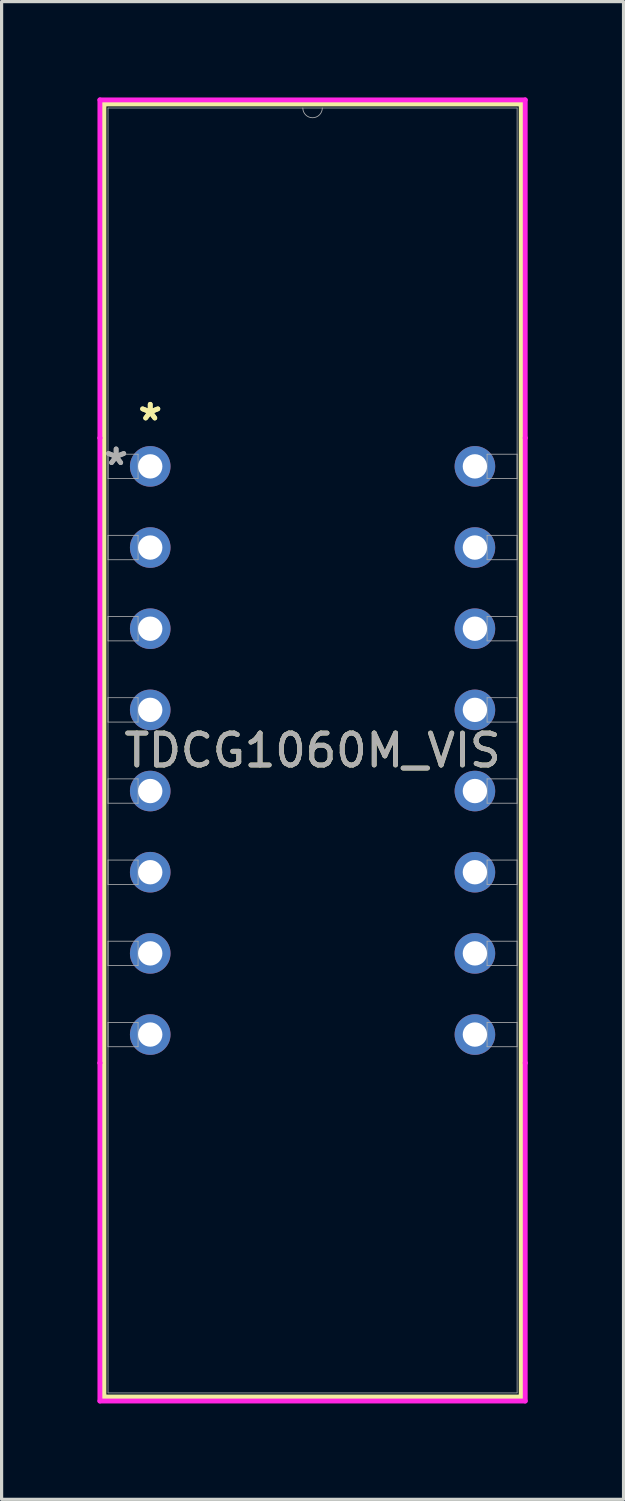
<source format=kicad_pcb>
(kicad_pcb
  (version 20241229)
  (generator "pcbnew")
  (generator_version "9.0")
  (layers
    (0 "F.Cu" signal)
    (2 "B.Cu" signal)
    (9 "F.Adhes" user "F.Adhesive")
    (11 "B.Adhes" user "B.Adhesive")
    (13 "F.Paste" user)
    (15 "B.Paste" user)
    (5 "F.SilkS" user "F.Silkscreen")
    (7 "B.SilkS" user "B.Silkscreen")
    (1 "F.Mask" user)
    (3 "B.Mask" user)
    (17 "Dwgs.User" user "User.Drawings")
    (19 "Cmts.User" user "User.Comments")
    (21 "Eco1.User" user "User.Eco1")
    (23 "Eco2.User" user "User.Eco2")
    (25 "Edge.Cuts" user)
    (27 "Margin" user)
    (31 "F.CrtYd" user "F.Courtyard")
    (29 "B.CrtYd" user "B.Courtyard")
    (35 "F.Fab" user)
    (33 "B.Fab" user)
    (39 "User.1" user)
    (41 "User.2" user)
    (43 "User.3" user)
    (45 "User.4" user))
  (footprint "TDCG1060M_VIS"
    (layer "F.Cu")
    (at 1.651 11.544)
    (property "Reference" "TDCG1060M_VIS" (at 5.08 8.89 0) (unlocked yes) (layer "F.SilkS") (effects (font (size 1 1) (thickness 0.15))))
    (attr through_hole)
    (fp_line (start -1.448 -11.341) (end -1.448 29.121) (stroke (width 0.152) (type solid)) (layer "F.SilkS"))
    (fp_line (start -1.448 29.121) (end 11.608 29.121) (stroke (width 0.152) (type solid)) (layer "F.SilkS"))
    (fp_line (start 11.608 -11.341) (end -1.448 -11.341) (stroke (width 0.152) (type solid)) (layer "F.SilkS"))
    (fp_line (start 11.608 29.121) (end 11.608 -11.341) (stroke (width 0.152) (type solid)) (layer "F.SilkS"))
    (fp_line (start -1.575 -11.468) (end 11.735 -11.468) (stroke (width 0.152) (type solid)) (layer "F.CrtYd"))
    (fp_line (start -1.575 -0.889) (end -1.575 -11.468) (stroke (width 0.152) (type solid)) (layer "F.CrtYd"))
    (fp_line (start -1.575 -0.889) (end -1.575 -0.889) (stroke (width 0.152) (type solid)) (layer "F.CrtYd"))
    (fp_line (start -1.575 18.669) (end -1.575 -0.889) (stroke (width 0.152) (type solid)) (layer "F.CrtYd"))
    (fp_line (start -1.575 18.669) (end -1.575 18.669) (stroke (width 0.152) (type solid)) (layer "F.CrtYd"))
    (fp_line (start -1.575 29.248) (end -1.575 18.669) (stroke (width 0.152) (type solid)) (layer "F.CrtYd"))
    (fp_line (start 11.735 -11.468) (end 11.735 -0.889) (stroke (width 0.152) (type solid)) (layer "F.CrtYd"))
    (fp_line (start 11.735 -0.889) (end 11.735 -0.889) (stroke (width 0.152) (type solid)) (layer "F.CrtYd"))
    (fp_line (start 11.735 -0.889) (end 11.735 18.669) (stroke (width 0.152) (type solid)) (layer "F.CrtYd"))
    (fp_line (start 11.735 18.669) (end 11.735 18.669) (stroke (width 0.152) (type solid)) (layer "F.CrtYd"))
    (fp_line (start 11.735 18.669) (end 11.735 29.248) (stroke (width 0.152) (type solid)) (layer "F.CrtYd"))
    (fp_line (start 11.735 29.248) (end -1.575 29.248) (stroke (width 0.152) (type solid)) (layer "F.CrtYd"))
    (fp_line (start -1.321 -11.214) (end -1.321 28.994) (stroke (width 0.025) (type solid)) (layer "F.Fab"))
    (fp_line (start -1.321 -0.381) (end -0.381 -0.381) (stroke (width 0.025) (type solid)) (layer "F.Fab"))
    (fp_line (start -1.321 0.381) (end -1.321 -0.381) (stroke (width 0.025) (type solid)) (layer "F.Fab"))
    (fp_line (start -1.321 2.159) (end -0.381 2.159) (stroke (width 0.025) (type solid)) (layer "F.Fab"))
    (fp_line (start -1.321 2.921) (end -1.321 2.159) (stroke (width 0.025) (type solid)) (layer "F.Fab"))
    (fp_line (start -1.321 4.699) (end -0.381 4.699) (stroke (width 0.025) (type solid)) (layer "F.Fab"))
    (fp_line (start -1.321 5.461) (end -1.321 4.699) (stroke (width 0.025) (type solid)) (layer "F.Fab"))
    (fp_line (start -1.321 7.239) (end -0.381 7.239) (stroke (width 0.025) (type solid)) (layer "F.Fab"))
    (fp_line (start -1.321 8.001) (end -1.321 7.239) (stroke (width 0.025) (type solid)) (layer "F.Fab"))
    (fp_line (start -1.321 9.779) (end -0.381 9.779) (stroke (width 0.025) (type solid)) (layer "F.Fab"))
    (fp_line (start -1.321 10.541) (end -1.321 9.779) (stroke (width 0.025) (type solid)) (layer "F.Fab"))
    (fp_line (start -1.321 12.319) (end -0.381 12.319) (stroke (width 0.025) (type solid)) (layer "F.Fab"))
    (fp_line (start -1.321 13.081) (end -1.321 12.319) (stroke (width 0.025) (type solid)) (layer "F.Fab"))
    (fp_line (start -1.321 14.859) (end -0.381 14.859) (stroke (width 0.025) (type solid)) (layer "F.Fab"))
    (fp_line (start -1.321 15.621) (end -1.321 14.859) (stroke (width 0.025) (type solid)) (layer "F.Fab"))
    (fp_line (start -1.321 17.399) (end -0.381 17.399) (stroke (width 0.025) (type solid)) (layer "F.Fab"))
    (fp_line (start -1.321 18.161) (end -1.321 17.399) (stroke (width 0.025) (type solid)) (layer "F.Fab"))
    (fp_line (start -1.321 28.994) (end 11.481 28.994) (stroke (width 0.025) (type solid)) (layer "F.Fab"))
    (fp_line (start -0.381 -0.381) (end -0.381 0.381) (stroke (width 0.025) (type solid)) (layer "F.Fab"))
    (fp_line (start -0.381 0.381) (end -1.321 0.381) (stroke (width 0.025) (type solid)) (layer "F.Fab"))
    (fp_line (start -0.381 2.159) (end -0.381 2.921) (stroke (width 0.025) (type solid)) (layer "F.Fab"))
    (fp_line (start -0.381 2.921) (end -1.321 2.921) (stroke (width 0.025) (type solid)) (layer "F.Fab"))
    (fp_line (start -0.381 4.699) (end -0.381 5.461) (stroke (width 0.025) (type solid)) (layer "F.Fab"))
    (fp_line (start -0.381 5.461) (end -1.321 5.461) (stroke (width 0.025) (type solid)) (layer "F.Fab"))
    (fp_line (start -0.381 7.239) (end -0.381 8.001) (stroke (width 0.025) (type solid)) (layer "F.Fab"))
    (fp_line (start -0.381 8.001) (end -1.321 8.001) (stroke (width 0.025) (type solid)) (layer "F.Fab"))
    (fp_line (start -0.381 9.779) (end -0.381 10.541) (stroke (width 0.025) (type solid)) (layer "F.Fab"))
    (fp_line (start -0.381 10.541) (end -1.321 10.541) (stroke (width 0.025) (type solid)) (layer "F.Fab"))
    (fp_line (start -0.381 12.319) (end -0.381 13.081) (stroke (width 0.025) (type solid)) (layer "F.Fab"))
    (fp_line (start -0.381 13.081) (end -1.321 13.081) (stroke (width 0.025) (type solid)) (layer "F.Fab"))
    (fp_line (start -0.381 14.859) (end -0.381 15.621) (stroke (width 0.025) (type solid)) (layer "F.Fab"))
    (fp_line (start -0.381 15.621) (end -1.321 15.621) (stroke (width 0.025) (type solid)) (layer "F.Fab"))
    (fp_line (start -0.381 17.399) (end -0.381 18.161) (stroke (width 0.025) (type solid)) (layer "F.Fab"))
    (fp_line (start -0.381 18.161) (end -1.321 18.161) (stroke (width 0.025) (type solid)) (layer "F.Fab"))
    (fp_line (start 10.541 -0.381) (end 11.481 -0.381) (stroke (width 0.025) (type solid)) (layer "F.Fab"))
    (fp_line (start 10.541 0.381) (end 10.541 -0.381) (stroke (width 0.025) (type solid)) (layer "F.Fab"))
    (fp_line (start 10.541 2.159) (end 11.481 2.159) (stroke (width 0.025) (type solid)) (layer "F.Fab"))
    (fp_line (start 10.541 2.921) (end 10.541 2.159) (stroke (width 0.025) (type solid)) (layer "F.Fab"))
    (fp_line (start 10.541 4.699) (end 11.481 4.699) (stroke (width 0.025) (type solid)) (layer "F.Fab"))
    (fp_line (start 10.541 5.461) (end 10.541 4.699) (stroke (width 0.025) (type solid)) (layer "F.Fab"))
    (fp_line (start 10.541 7.239) (end 11.481 7.239) (stroke (width 0.025) (type solid)) (layer "F.Fab"))
    (fp_line (start 10.541 8.001) (end 10.541 7.239) (stroke (width 0.025) (type solid)) (layer "F.Fab"))
    (fp_line (start 10.541 9.779) (end 11.481 9.779) (stroke (width 0.025) (type solid)) (layer "F.Fab"))
    (fp_line (start 10.541 10.541) (end 10.541 9.779) (stroke (width 0.025) (type solid)) (layer "F.Fab"))
    (fp_line (start 10.541 12.319) (end 11.481 12.319) (stroke (width 0.025) (type solid)) (layer "F.Fab"))
    (fp_line (start 10.541 13.081) (end 10.541 12.319) (stroke (width 0.025) (type solid)) (layer "F.Fab"))
    (fp_line (start 10.541 14.859) (end 11.481 14.859) (stroke (width 0.025) (type solid)) (layer "F.Fab"))
    (fp_line (start 10.541 15.621) (end 10.541 14.859) (stroke (width 0.025) (type solid)) (layer "F.Fab"))
    (fp_line (start 10.541 17.399) (end 11.481 17.399) (stroke (width 0.025) (type solid)) (layer "F.Fab"))
    (fp_line (start 10.541 18.161) (end 10.541 17.399) (stroke (width 0.025) (type solid)) (layer "F.Fab"))
    (fp_line (start 11.481 -11.214) (end -1.321 -11.214) (stroke (width 0.025) (type solid)) (layer "F.Fab"))
    (fp_line (start 11.481 -0.381) (end 11.481 0.381) (stroke (width 0.025) (type solid)) (layer "F.Fab"))
    (fp_line (start 11.481 0.381) (end 10.541 0.381) (stroke (width 0.025) (type solid)) (layer "F.Fab"))
    (fp_line (start 11.481 2.159) (end 11.481 2.921) (stroke (width 0.025) (type solid)) (layer "F.Fab"))
    (fp_line (start 11.481 2.921) (end 10.541 2.921) (stroke (width 0.025) (type solid)) (layer "F.Fab"))
    (fp_line (start 11.481 4.699) (end 11.481 5.461) (stroke (width 0.025) (type solid)) (layer "F.Fab"))
    (fp_line (start 11.481 5.461) (end 10.541 5.461) (stroke (width 0.025) (type solid)) (layer "F.Fab"))
    (fp_line (start 11.481 7.239) (end 11.481 8.001) (stroke (width 0.025) (type solid)) (layer "F.Fab"))
    (fp_line (start 11.481 8.001) (end 10.541 8.001) (stroke (width 0.025) (type solid)) (layer "F.Fab"))
    (fp_line (start 11.481 9.779) (end 11.481 10.541) (stroke (width 0.025) (type solid)) (layer "F.Fab"))
    (fp_line (start 11.481 10.541) (end 10.541 10.541) (stroke (width 0.025) (type solid)) (layer "F.Fab"))
    (fp_line (start 11.481 12.319) (end 11.481 13.081) (stroke (width 0.025) (type solid)) (layer "F.Fab"))
    (fp_line (start 11.481 13.081) (end 10.541 13.081) (stroke (width 0.025) (type solid)) (layer "F.Fab"))
    (fp_line (start 11.481 14.859) (end 11.481 15.621) (stroke (width 0.025) (type solid)) (layer "F.Fab"))
    (fp_line (start 11.481 15.621) (end 10.541 15.621) (stroke (width 0.025) (type solid)) (layer "F.Fab"))
    (fp_line (start 11.481 17.399) (end 11.481 18.161) (stroke (width 0.025) (type solid)) (layer "F.Fab"))
    (fp_line (start 11.481 18.161) (end 10.541 18.161) (stroke (width 0.025) (type solid)) (layer "F.Fab"))
    (fp_line (start 11.481 28.994) (end 11.481 -11.214) (stroke (width 0.025) (type solid)) (layer "F.Fab"))
    (fp_arc (start 5.3848 -11.2141) (mid 5.08 -10.9093) (end 4.7752 -11.2141) (stroke (width 0.0254) (type solid)) (layer "F.Fab"))
    (fp_text user "*" (at 0 -1.397 0) (unlocked yes) (layer "F.SilkS") (effects (font (size 1 1) (thickness 0.15))))
    (fp_text user "*" (at 0 -1.397 0) (layer "F.SilkS") (effects (font (size 1 1) (thickness 0.15))))
    (fp_text user "*" (at -1.067 0 0) (unlocked yes) (layer "F.Fab") (effects (font (size 1 1) (thickness 0.15))))
    (fp_text user "${REFERENCE}" (at 5.08 8.89 0) (unlocked yes) (layer "F.Fab") (effects (font (size 1 1) (thickness 0.15))))
    (fp_text user "*" (at -1.067 0 0) (layer "F.Fab") (effects (font (size 1 1) (thickness 0.15))))
    (pad "1" thru_hole circle (at 0 0) (size 1.27 1.27) (drill 0.762) (layers "*.Cu" "*.Mask"))
    (pad "2" thru_hole circle (at 0 2.54) (size 1.27 1.27) (drill 0.762) (layers "*.Cu" "*.Mask"))
    (pad "3" thru_hole circle (at 0 5.08) (size 1.27 1.27) (drill 0.762) (layers "*.Cu" "*.Mask"))
    (pad "4" thru_hole circle (at 0 7.62) (size 1.27 1.27) (drill 0.762) (layers "*.Cu" "*.Mask"))
    (pad "5" thru_hole circle (at 0 10.16) (size 1.27 1.27) (drill 0.762) (layers "*.Cu" "*.Mask"))
    (pad "6" thru_hole circle (at 0 12.7) (size 1.27 1.27) (drill 0.762) (layers "*.Cu" "*.Mask"))
    (pad "7" thru_hole circle (at 0 15.24) (size 1.27 1.27) (drill 0.762) (layers "*.Cu" "*.Mask"))
    (pad "8" thru_hole circle (at 0 17.78) (size 1.27 1.27) (drill 0.762) (layers "*.Cu" "*.Mask"))
    (pad "9" thru_hole circle (at 10.16 17.78) (size 1.27 1.27) (drill 0.762) (layers "*.Cu" "*.Mask"))
    (pad "10" thru_hole circle (at 10.16 15.24) (size 1.27 1.27) (drill 0.762) (layers "*.Cu" "*.Mask"))
    (pad "11" thru_hole circle (at 10.16 12.7) (size 1.27 1.27) (drill 0.762) (layers "*.Cu" "*.Mask"))
    (pad "12" thru_hole circle (at 10.16 10.16) (size 1.27 1.27) (drill 0.762) (layers "*.Cu" "*.Mask"))
    (pad "13" thru_hole circle (at 10.16 7.62) (size 1.27 1.27) (drill 0.762) (layers "*.Cu" "*.Mask"))
    (pad "14" thru_hole circle (at 10.16 5.08) (size 1.27 1.27) (drill 0.762) (layers "*.Cu" "*.Mask"))
    (pad "15" thru_hole circle (at 10.16 2.54) (size 1.27 1.27) (drill 0.762) (layers "*.Cu" "*.Mask"))
    (pad "16" thru_hole circle (at 10.16 0) (size 1.27 1.27) (drill 0.762) (layers "*.Cu" "*.Mask")))
  (gr_rect
    (start -3 -3)
    (end 16.462 43.869)
    (stroke (width 0.1) (type default))
    (fill no)
    (layer "Edge.Cuts")))
</source>
